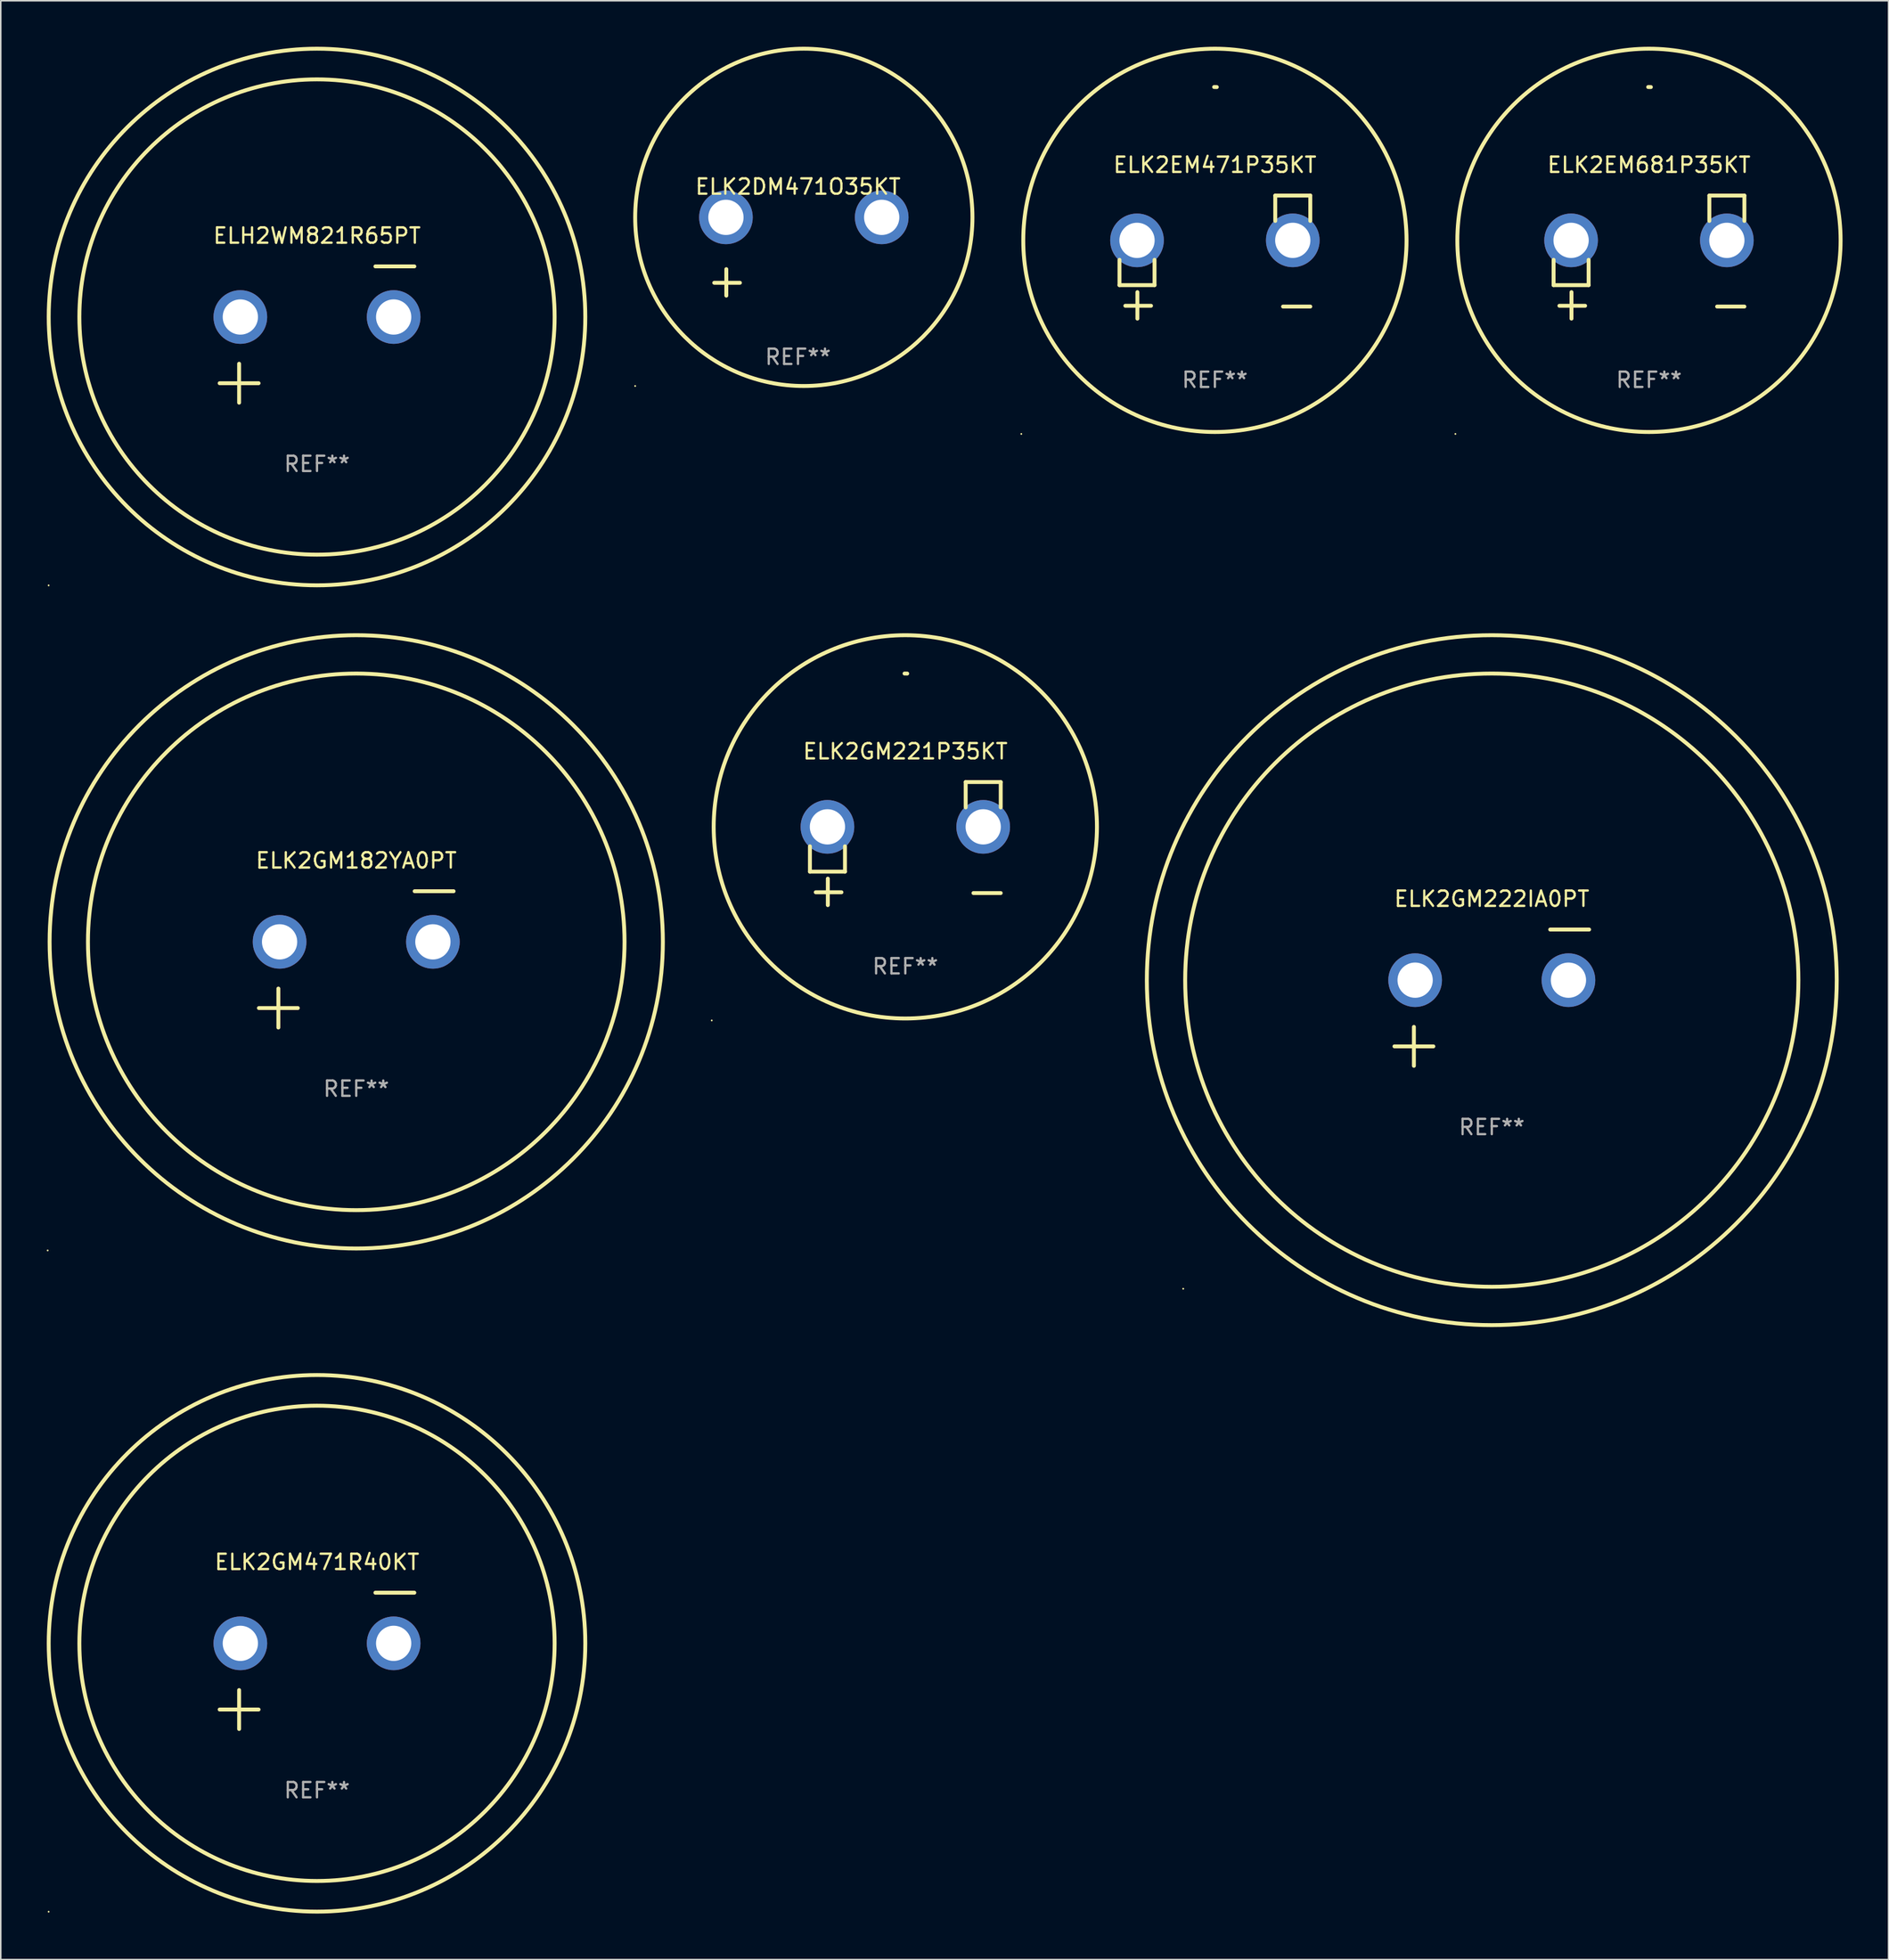
<source format=kicad_pcb>
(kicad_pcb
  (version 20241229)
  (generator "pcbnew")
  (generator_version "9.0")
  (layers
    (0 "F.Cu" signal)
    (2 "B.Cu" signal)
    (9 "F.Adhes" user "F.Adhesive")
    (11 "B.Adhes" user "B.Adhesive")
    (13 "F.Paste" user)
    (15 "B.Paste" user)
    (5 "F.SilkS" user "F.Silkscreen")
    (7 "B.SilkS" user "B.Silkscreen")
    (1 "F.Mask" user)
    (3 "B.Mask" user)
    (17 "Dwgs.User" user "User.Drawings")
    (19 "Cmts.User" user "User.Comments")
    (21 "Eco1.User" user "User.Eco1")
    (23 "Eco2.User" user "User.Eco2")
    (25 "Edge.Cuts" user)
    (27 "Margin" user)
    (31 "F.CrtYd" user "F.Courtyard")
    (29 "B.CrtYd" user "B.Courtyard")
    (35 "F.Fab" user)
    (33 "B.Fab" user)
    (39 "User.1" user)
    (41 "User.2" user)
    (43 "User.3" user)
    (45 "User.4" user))
  (footprint "ELK2EM681P35KT"
    (layer "F.Cu")
    (at 104.509 13.719)
    (property "Reference" "ELK2EM681P35KT" (at 0 -6.013 0) (layer "F.SilkS") (effects (font (size 1 1) (thickness 0.15))))
    (attr through_hole)
    (fp_line (start -6.223 0.178) (end -6.223 1.829) (stroke (width 0.254) (type solid)) (layer "F.SilkS"))
    (fp_line (start -6.223 1.829) (end -3.937 1.829) (stroke (width 0.254) (type solid)) (layer "F.SilkS"))
    (fp_line (start -5.055 4.013) (end -5.055 2.286) (stroke (width 0.254) (type solid)) (layer "F.SilkS"))
    (fp_line (start -4.166 3.175) (end -5.842 3.175) (stroke (width 0.254) (type solid)) (layer "F.SilkS"))
    (fp_line (start -3.937 1.829) (end -3.937 0.178) (stroke (width 0.254) (type solid)) (layer "F.SilkS"))
    (fp_line (start 3.937 -4.013) (end 3.937 -2.362) (stroke (width 0.254) (type solid)) (layer "F.SilkS"))
    (fp_line (start 6.223 -4.013) (end 3.937 -4.013) (stroke (width 0.254) (type solid)) (layer "F.SilkS"))
    (fp_line (start 6.223 -2.362) (end 6.223 -4.013) (stroke (width 0.254) (type solid)) (layer "F.SilkS"))
    (fp_line (start 6.223 3.226) (end 4.445 3.226) (stroke (width 0.254) (type solid)) (layer "F.SilkS"))
    (fp_arc (start -0.0508 -11.092202) (mid 0.036835 -11.091307) (end 0.12446 -11.089662) (stroke (width 0.254001) (type solid)) (layer "F.SilkS"))
    (fp_circle (center -12.627 11.535) (end -12.597 11.535) (stroke (width 0.06) (type solid)) (fill no) (layer "F.SilkS"))
    (fp_circle (center 0 -1.092) (end 12.5 -1.092) (stroke (width 0.254) (type solid)) (fill no) (layer "F.SilkS"))
    (fp_text user "REF**" (at 0 8.013 0) (layer "F.Fab") (effects (font (size 1 1) (thickness 0.15))))
    (pad "1" thru_hole circle (at -5.08 -1.092) (size 3.5 3.5) (drill 2.3) (layers "*.Cu" "*.Mask"))
    (pad "2" thru_hole circle (at 5.08 -1.092) (size 3.5 3.5) (drill 2.3) (layers "*.Cu" "*.Mask")))
  (footprint "ELK2GM221P35KT"
    (layer "F.Cu")
    (at 56.002 51.973)
    (property "Reference" "ELK2GM221P35KT" (at 0 -6.013 0) (layer "F.SilkS") (effects (font (size 1 1) (thickness 0.15))))
    (attr through_hole)
    (fp_line (start -6.223 0.178) (end -6.223 1.829) (stroke (width 0.254) (type solid)) (layer "F.SilkS"))
    (fp_line (start -6.223 1.829) (end -3.937 1.829) (stroke (width 0.254) (type solid)) (layer "F.SilkS"))
    (fp_line (start -5.055 4.013) (end -5.055 2.286) (stroke (width 0.254) (type solid)) (layer "F.SilkS"))
    (fp_line (start -4.166 3.175) (end -5.842 3.175) (stroke (width 0.254) (type solid)) (layer "F.SilkS"))
    (fp_line (start -3.937 1.829) (end -3.937 0.178) (stroke (width 0.254) (type solid)) (layer "F.SilkS"))
    (fp_line (start 3.937 -4.013) (end 3.937 -2.362) (stroke (width 0.254) (type solid)) (layer "F.SilkS"))
    (fp_line (start 6.223 -4.013) (end 3.937 -4.013) (stroke (width 0.254) (type solid)) (layer "F.SilkS"))
    (fp_line (start 6.223 -2.362) (end 6.223 -4.013) (stroke (width 0.254) (type solid)) (layer "F.SilkS"))
    (fp_line (start 6.223 3.226) (end 4.445 3.226) (stroke (width 0.254) (type solid)) (layer "F.SilkS"))
    (fp_arc (start -0.0508 -11.092202) (mid 0.036835 -11.091307) (end 0.12446 -11.089662) (stroke (width 0.254001) (type solid)) (layer "F.SilkS"))
    (fp_circle (center -12.627 11.535) (end -12.597 11.535) (stroke (width 0.06) (type solid)) (fill no) (layer "F.SilkS"))
    (fp_circle (center 0 -1.092) (end 12.5 -1.092) (stroke (width 0.254) (type solid)) (fill no) (layer "F.SilkS"))
    (fp_text user "REF**" (at 0 8.013 0) (layer "F.Fab") (effects (font (size 1 1) (thickness 0.15))))
    (pad "1" thru_hole circle (at -5.08 -1.092) (size 3.5 3.5) (drill 2.3) (layers "*.Cu" "*.Mask"))
    (pad "2" thru_hole circle (at 5.08 -1.092) (size 3.5 3.5) (drill 2.3) (layers "*.Cu" "*.Mask")))
  (footprint "ELK2GM182YA0PT"
    (layer "F.Cu")
    (at 20.187 59.525)
    (property "Reference" "ELK2GM182YA0PT" (at 0 -6.445 0) (layer "F.SilkS") (effects (font (size 1 1) (thickness 0.15))))
    (attr through_hole)
    (fp_line (start -6.35 3.175) (end -3.81 3.175) (stroke (width 0.254) (type solid)) (layer "F.SilkS"))
    (fp_line (start -5.08 1.905) (end -5.08 4.445) (stroke (width 0.254) (type solid)) (layer "F.SilkS"))
    (fp_line (start 3.81 -4.445) (end 6.35 -4.445) (stroke (width 0.254) (type solid)) (layer "F.SilkS"))
    (fp_circle (center -20.127 18.984) (end -20.097 18.984) (stroke (width 0.06) (type solid)) (fill no) (layer "F.SilkS"))
    (fp_circle (center 0 -1.143) (end 17.5 -1.143) (stroke (width 0.254) (type solid)) (fill no) (layer "F.SilkS"))
    (fp_circle (center 0 -1.143) (end 20.001 -1.143) (stroke (width 0.254) (type solid)) (fill no) (layer "F.SilkS"))
    (fp_text user "REF**" (at 0 8.445 0) (layer "F.Fab") (effects (font (size 1 1) (thickness 0.15))))
    (pad "1" thru_hole circle (at -5 -1.143) (size 3.5 3.5) (drill 2.3) (layers "*.Cu" "*.Mask"))
    (pad "2" thru_hole circle (at 5 -1.143) (size 3.5 3.5) (drill 2.3) (layers "*.Cu" "*.Mask")))
  (footprint "ELK2GM222IA0PT"
    (layer "F.Cu")
    (at 94.256 62.024)
    (property "Reference" "ELK2GM222IA0PT" (at 0 -6.445 0) (layer "F.SilkS") (effects (font (size 1 1) (thickness 0.15))))
    (attr through_hole)
    (fp_line (start -6.35 3.175) (end -3.81 3.175) (stroke (width 0.254) (type solid)) (layer "F.SilkS"))
    (fp_line (start -5.08 1.905) (end -5.08 4.445) (stroke (width 0.254) (type solid)) (layer "F.SilkS"))
    (fp_line (start 3.81 -4.445) (end 6.35 -4.445) (stroke (width 0.254) (type solid)) (layer "F.SilkS"))
    (fp_circle (center -20.127 18.984) (end -20.097 18.984) (stroke (width 0.06) (type solid)) (fill no) (layer "F.SilkS"))
    (fp_circle (center 0 -1.143) (end 20 -1.143) (stroke (width 0.254) (type solid)) (fill no) (layer "F.SilkS"))
    (fp_circle (center 0 -1.143) (end 22.5 -1.143) (stroke (width 0.254) (type solid)) (fill no) (layer "F.SilkS"))
    (fp_text user "REF**" (at 0 8.445 0) (layer "F.Fab") (effects (font (size 1 1) (thickness 0.15))))
    (pad "1" thru_hole circle (at -5 -1.143) (size 3.5 3.5) (drill 2.3) (layers "*.Cu" "*.Mask"))
    (pad "2" thru_hole circle (at 5 -1.143) (size 3.5 3.5) (drill 2.3) (layers "*.Cu" "*.Mask")))
  (footprint "ELK2GM471R40KT"
    (layer "F.Cu")
    (at 17.627 105.279)
    (property "Reference" "ELK2GM471R40KT" (at 0 -6.445 0) (layer "F.SilkS") (effects (font (size 1 1) (thickness 0.15))))
    (attr through_hole)
    (fp_line (start -6.35 3.175) (end -3.81 3.175) (stroke (width 0.254) (type solid)) (layer "F.SilkS"))
    (fp_line (start -5.08 1.905) (end -5.08 4.445) (stroke (width 0.254) (type solid)) (layer "F.SilkS"))
    (fp_line (start 3.81 -4.445) (end 6.35 -4.445) (stroke (width 0.254) (type solid)) (layer "F.SilkS"))
    (fp_circle (center -17.505 16.362) (end -17.475 16.362) (stroke (width 0.06) (type solid)) (fill no) (layer "F.SilkS"))
    (fp_circle (center 0 -1.143) (end 15.5 -1.143) (stroke (width 0.254) (type solid)) (fill no) (layer "F.SilkS"))
    (fp_circle (center 0 -1.143) (end 17.5 -1.143) (stroke (width 0.254) (type solid)) (fill no) (layer "F.SilkS"))
    (fp_text user "REF**" (at 0 8.445 0) (layer "F.Fab") (effects (font (size 1 1) (thickness 0.15))))
    (pad "1" thru_hole circle (at -5 -1.143) (size 3.5 3.5) (drill 2.3) (layers "*.Cu" "*.Mask"))
    (pad "2" thru_hole circle (at 5 -1.143) (size 3.5 3.5) (drill 2.3) (layers "*.Cu" "*.Mask")))
  (footprint "ELK2EM471P35KT"
    (layer "F.Cu")
    (at 76.195 13.719)
    (property "Reference" "ELK2EM471P35KT" (at 0 -6.013 0) (layer "F.SilkS") (effects (font (size 1 1) (thickness 0.15))))
    (attr through_hole)
    (fp_line (start -6.223 0.178) (end -6.223 1.829) (stroke (width 0.254) (type solid)) (layer "F.SilkS"))
    (fp_line (start -6.223 1.829) (end -3.937 1.829) (stroke (width 0.254) (type solid)) (layer "F.SilkS"))
    (fp_line (start -5.055 4.013) (end -5.055 2.286) (stroke (width 0.254) (type solid)) (layer "F.SilkS"))
    (fp_line (start -4.166 3.175) (end -5.842 3.175) (stroke (width 0.254) (type solid)) (layer "F.SilkS"))
    (fp_line (start -3.937 1.829) (end -3.937 0.178) (stroke (width 0.254) (type solid)) (layer "F.SilkS"))
    (fp_line (start 3.937 -4.013) (end 3.937 -2.362) (stroke (width 0.254) (type solid)) (layer "F.SilkS"))
    (fp_line (start 6.223 -4.013) (end 3.937 -4.013) (stroke (width 0.254) (type solid)) (layer "F.SilkS"))
    (fp_line (start 6.223 -2.362) (end 6.223 -4.013) (stroke (width 0.254) (type solid)) (layer "F.SilkS"))
    (fp_line (start 6.223 3.226) (end 4.445 3.226) (stroke (width 0.254) (type solid)) (layer "F.SilkS"))
    (fp_arc (start -0.0508 -11.092202) (mid 0.036835 -11.091307) (end 0.12446 -11.089662) (stroke (width 0.254001) (type solid)) (layer "F.SilkS"))
    (fp_circle (center -12.627 11.535) (end -12.597 11.535) (stroke (width 0.06) (type solid)) (fill no) (layer "F.SilkS"))
    (fp_circle (center 0 -1.092) (end 12.5 -1.092) (stroke (width 0.254) (type solid)) (fill no) (layer "F.SilkS"))
    (fp_text user "REF**" (at 0 8.013 0) (layer "F.Fab") (effects (font (size 1 1) (thickness 0.15))))
    (pad "1" thru_hole circle (at -5.08 -1.092) (size 3.5 3.5) (drill 2.3) (layers "*.Cu" "*.Mask"))
    (pad "2" thru_hole circle (at 5.08 -1.092) (size 3.5 3.5) (drill 2.3) (layers "*.Cu" "*.Mask")))
  (footprint "ELK2DM471O35KT"
    (layer "F.Cu")
    (at 49 13.68)
    (property "Reference" "ELK2DM471O35KT" (at 0 -4.553 0) (layer "F.SilkS") (effects (font (size 1 1) (thickness 0.15))))
    (attr through_hole)
    (fp_line (start -4.674 2.553) (end -4.674 0.826) (stroke (width 0.254) (type solid)) (layer "F.SilkS"))
    (fp_line (start -3.785 1.715) (end -5.461 1.715) (stroke (width 0.254) (type solid)) (layer "F.SilkS"))
    (fp_circle (center -10.619 8.447) (end -10.589 8.447) (stroke (width 0.06) (type solid)) (fill no) (layer "F.SilkS"))
    (fp_circle (center 0.381 -2.553) (end 11.381 -2.553) (stroke (width 0.254) (type solid)) (fill no) (layer "F.SilkS"))
    (fp_text user "REF**" (at 0 6.553 0) (layer "F.Fab") (effects (font (size 1 1) (thickness 0.15))))
    (pad "1" thru_hole circle (at -4.699 -2.553) (size 3.5 3.5) (drill 2.3) (layers "*.Cu" "*.Mask"))
    (pad "2" thru_hole circle (at 5.461 -2.553) (size 3.5 3.5) (drill 2.3) (layers "*.Cu" "*.Mask")))
  (footprint "ELH2WM821R65PT"
    (layer "F.Cu")
    (at 17.627 18.77)
    (property "Reference" "ELH2WM821R65PT" (at 0 -6.445 0) (layer "F.SilkS") (effects (font (size 1 1) (thickness 0.15))))
    (attr through_hole)
    (fp_line (start -6.35 3.175) (end -3.81 3.175) (stroke (width 0.254) (type solid)) (layer "F.SilkS"))
    (fp_line (start -5.08 1.905) (end -5.08 4.445) (stroke (width 0.254) (type solid)) (layer "F.SilkS"))
    (fp_line (start 3.81 -4.445) (end 6.35 -4.445) (stroke (width 0.254) (type solid)) (layer "F.SilkS"))
    (fp_circle (center -17.505 16.362) (end -17.475 16.362) (stroke (width 0.06) (type solid)) (fill no) (layer "F.SilkS"))
    (fp_circle (center 0 -1.143) (end 15.5 -1.143) (stroke (width 0.254) (type solid)) (fill no) (layer "F.SilkS"))
    (fp_circle (center 0 -1.143) (end 17.5 -1.143) (stroke (width 0.254) (type solid)) (fill no) (layer "F.SilkS"))
    (fp_text user "REF**" (at 0 8.445 0) (layer "F.Fab") (effects (font (size 1 1) (thickness 0.15))))
    (pad "1" thru_hole circle (at -5 -1.143) (size 3.5 3.5) (drill 2.3) (layers "*.Cu" "*.Mask"))
    (pad "2" thru_hole circle (at 5 -1.143) (size 3.5 3.5) (drill 2.3) (layers "*.Cu" "*.Mask")))
  (gr_rect
    (start -3 -3)
    (end 120.136 124.763)
    (stroke (width 0.1) (type default))
    (fill no)
    (layer "Edge.Cuts")))
</source>
